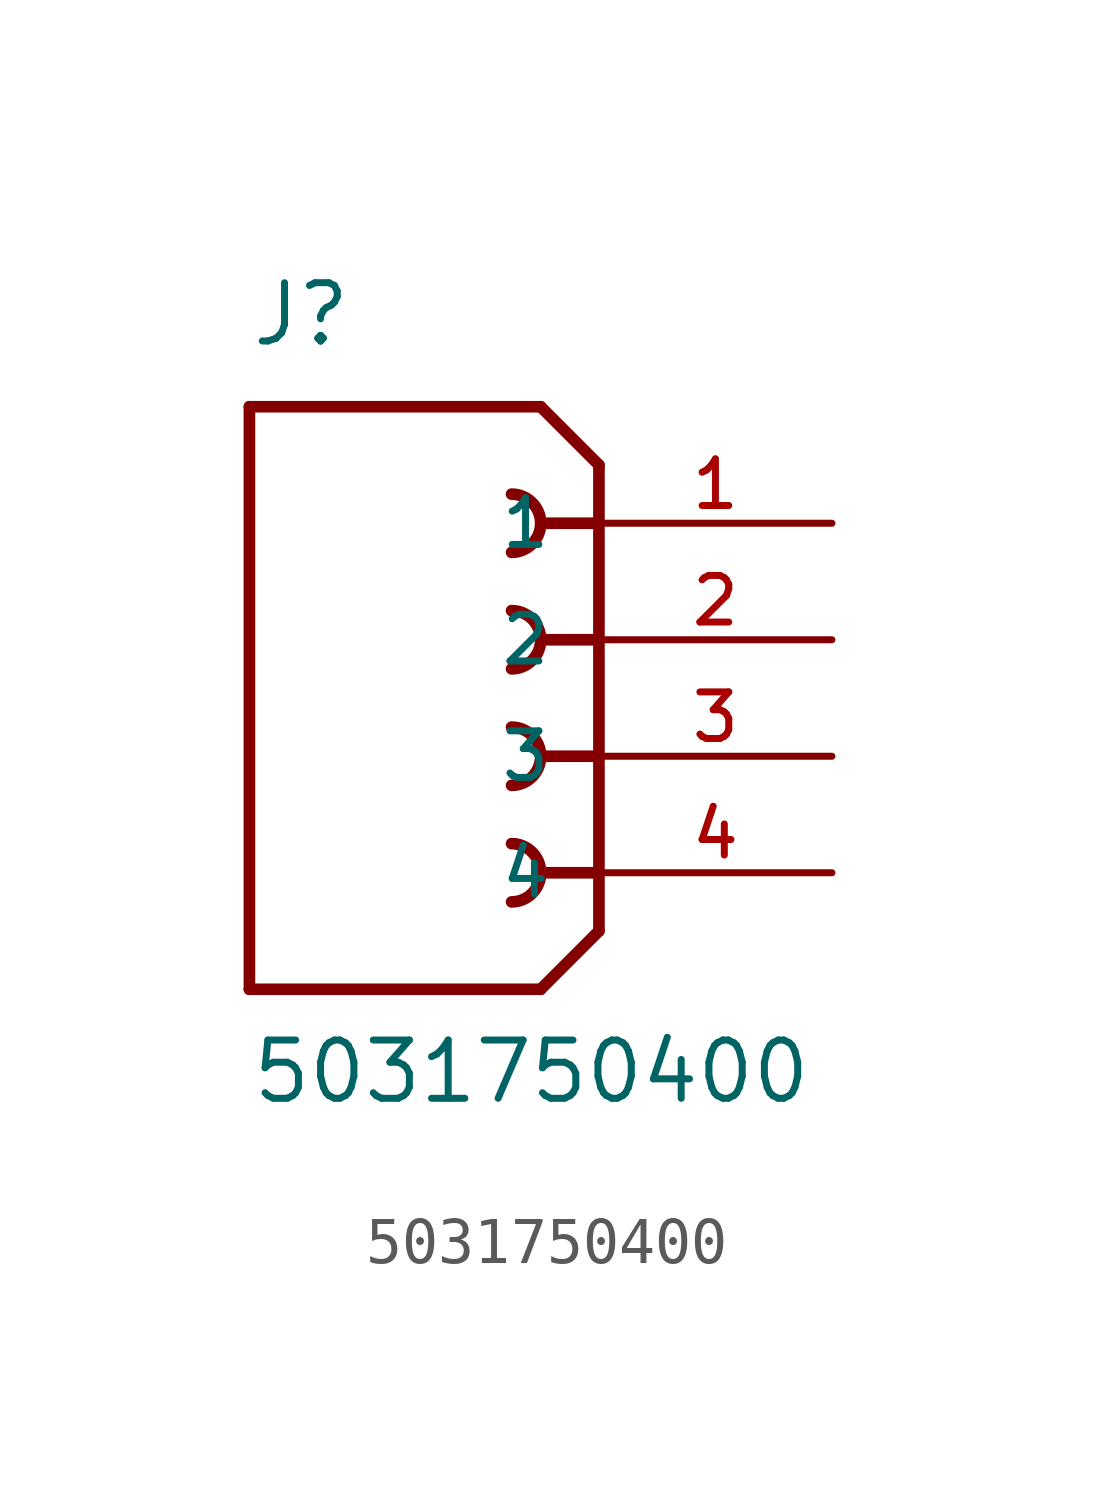
<source format=kicad_sym>
(kicad_symbol_lib
  (version 20211014)
  (generator kicad_symbol_editor)
  (symbol "5031750400"
    (pin_names
      (offset 1.016))
    (property "Reference" "J"
      (at -7.62 6.35 0)
      (effects (font (size 1.27 1.27)) (justify bottom left)))
    (property "Value" "5031750400"
      (at -7.62 -10.16 0)
      (effects (font (size 1.27 1.27)) (justify bottom left)))
    (symbol "5031750400_0_0"
      (polyline (pts (xy 0.0 3.81) (xy -1.27 5.08)) (stroke (width 0.254)))
      (polyline (pts (xy 0.0 3.81) (xy 0.0 2.54)) (stroke (width 0.254)))
      (polyline (pts (xy 0.0 2.54) (xy 0.0 -6.35)) (stroke (width 0.254)))
      (polyline (pts (xy 0.0 -6.35) (xy -1.27 -7.62)) (stroke (width 0.254)))
      (polyline (pts (xy -1.27 -7.62) (xy -7.62 -7.62)) (stroke (width 0.254)))
      (polyline (pts (xy -7.62 -7.62) (xy -7.62 5.08)) (stroke (width 0.254)))
      (polyline (pts (xy -7.62 5.08) (xy -1.27 5.08)) (stroke (width 0.254)))
      (polyline (pts (xy 0.0 2.54) (xy -1.27 2.54)) (stroke (width 0.254)))
      (arc (start -1.905 1.905) (mid -1.27 2.54) (end -1.905 3.175) (stroke (width 0.254) (type default) (color 0 0 0 0)) (fill (type none)))
      (polyline (pts (xy 0.0 0.0) (xy -1.27 0.0)) (stroke (width 0.254)))
      (arc (start -1.905 -0.635) (mid -1.27 0.0) (end -1.905 0.635) (stroke (width 0.254) (type default) (color 0 0 0 0)) (fill (type none)))
      (polyline (pts (xy 0.0 -2.54) (xy -1.27 -2.54)) (stroke (width 0.254)))
      (arc (start -1.905 -3.175) (mid -1.27 -2.54) (end -1.905 -1.905) (stroke (width 0.254) (type default) (color 0 0 0 0)) (fill (type none)))
      (polyline (pts (xy 0.0 -5.08) (xy -1.27 -5.08)) (stroke (width 0.254)))
      (arc (start -1.905 -5.715) (mid -1.27 -5.08) (end -1.905 -4.445) (stroke (width 0.254) (type default) (color 0 0 0 0)) (fill (type none)))
      (pin passive line (at 5.08 2.54 180.0) (length 5.08) (name "1" (effects (font (size 1.016 1.016)))) (number "1" (effects (font (size 1.016 1.016)))))
      (pin passive line (at 5.08 0.0 180.0) (length 5.08) (name "2" (effects (font (size 1.016 1.016)))) (number "2" (effects (font (size 1.016 1.016)))))
      (pin passive line (at 5.08 -2.54 180.0) (length 5.08) (name "3" (effects (font (size 1.016 1.016)))) (number "3" (effects (font (size 1.016 1.016)))))
      (pin passive line (at 5.08 -5.08 180.0) (length 5.08) (name "4" (effects (font (size 1.016 1.016)))) (number "4" (effects (font (size 1.016 1.016))))))))
</source>
